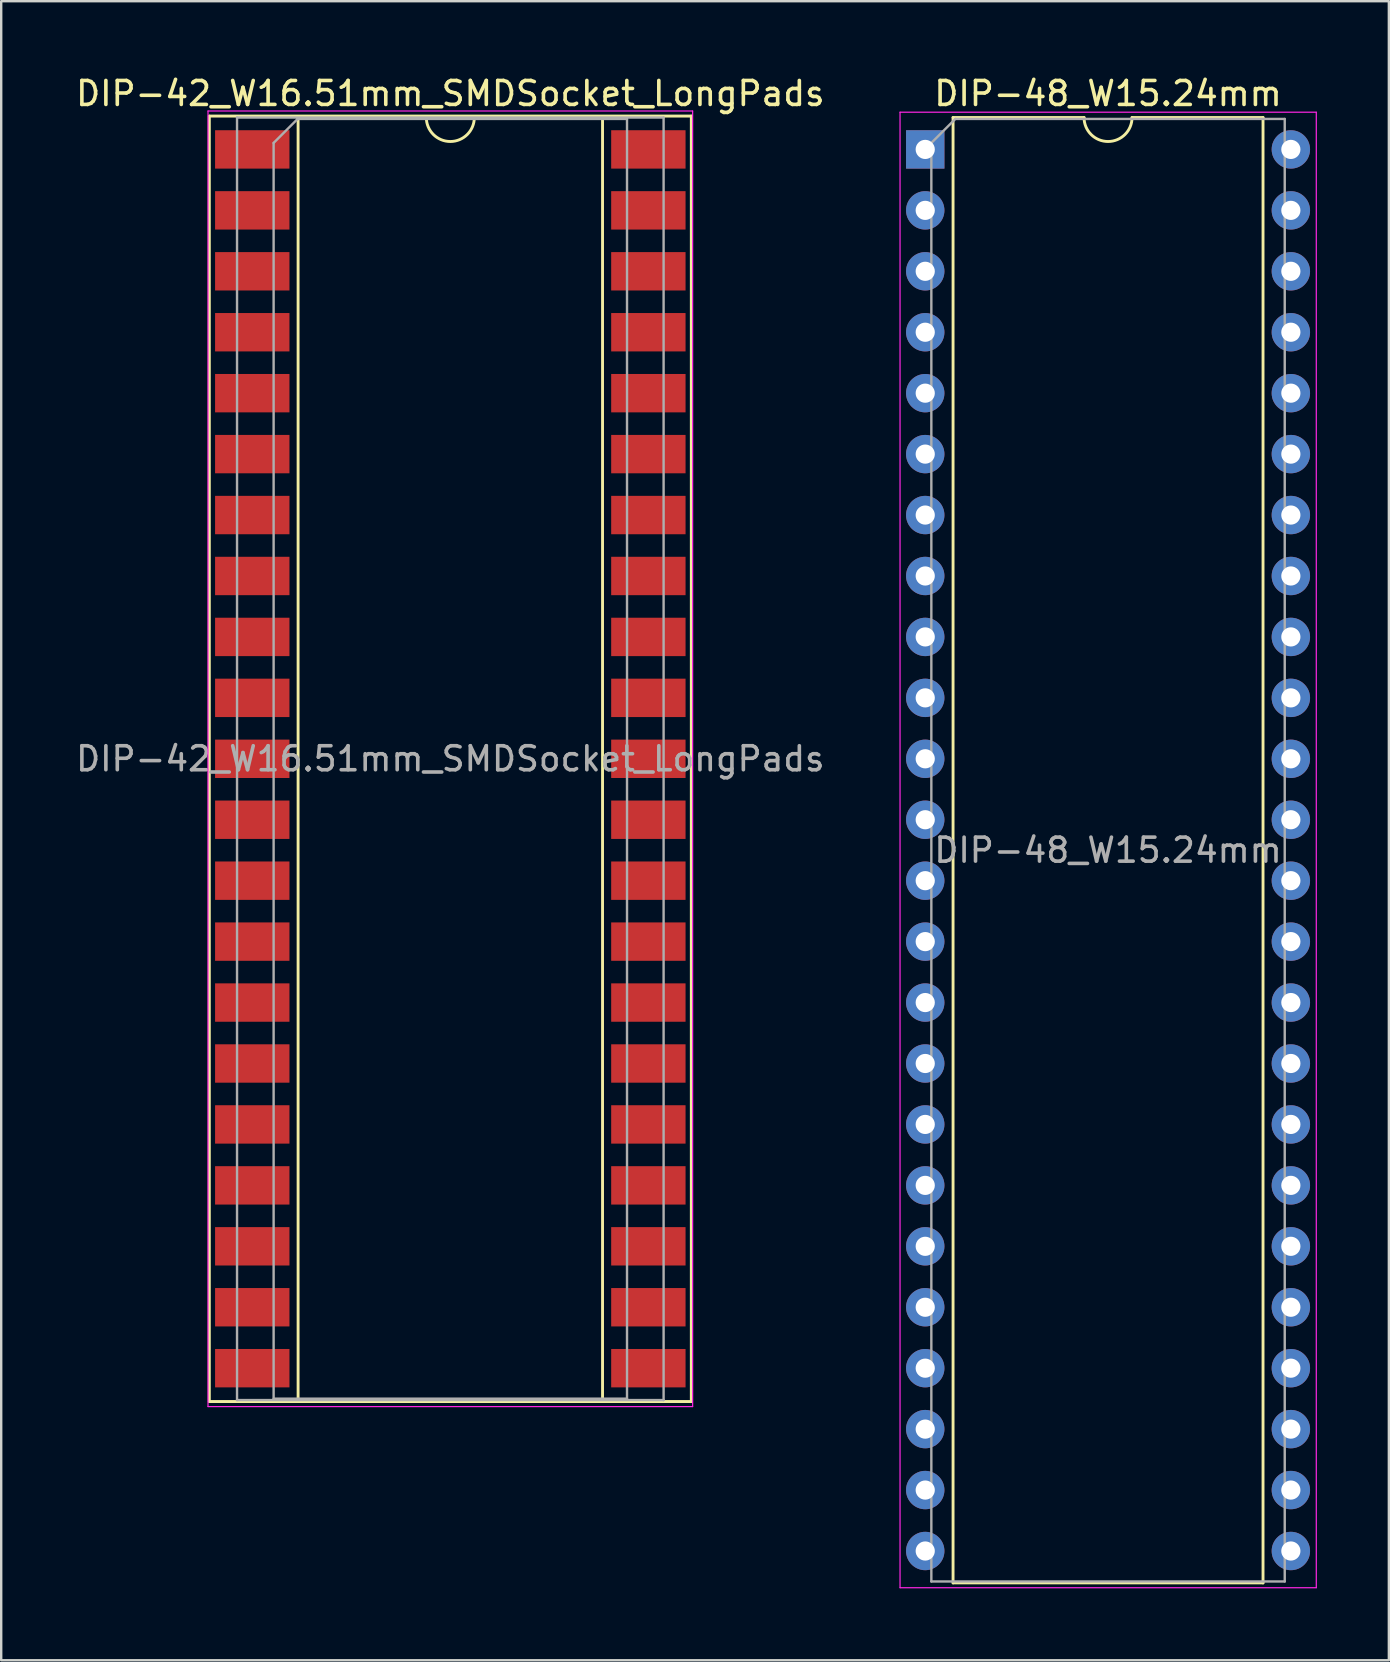
<source format=kicad_pcb>
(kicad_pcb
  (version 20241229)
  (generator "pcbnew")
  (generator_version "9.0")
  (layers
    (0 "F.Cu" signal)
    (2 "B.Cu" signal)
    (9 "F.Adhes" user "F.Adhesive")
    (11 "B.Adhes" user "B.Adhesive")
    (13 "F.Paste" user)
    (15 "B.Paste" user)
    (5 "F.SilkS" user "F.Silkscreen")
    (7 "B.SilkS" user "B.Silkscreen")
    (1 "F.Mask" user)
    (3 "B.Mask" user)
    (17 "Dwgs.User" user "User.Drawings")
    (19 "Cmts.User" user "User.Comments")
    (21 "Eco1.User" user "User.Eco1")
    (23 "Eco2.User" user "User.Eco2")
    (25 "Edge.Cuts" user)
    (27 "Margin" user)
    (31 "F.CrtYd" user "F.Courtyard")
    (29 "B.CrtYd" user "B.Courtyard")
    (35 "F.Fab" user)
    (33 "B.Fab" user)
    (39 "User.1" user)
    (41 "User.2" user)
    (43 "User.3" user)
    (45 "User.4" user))
  (footprint "DIP-42_W16.51mm_SMDSocket_LongPads"
    (layer "F.Cu")
    (at 15.72 28.578)
    (property "Reference" "DIP-42_W16.51mm_SMDSocket_LongPads" (at 0 -27.73 0) (layer "F.SilkS") (effects (font (size 1 1) (thickness 0.15))))
    (attr smd)
    (fp_line (start -10.045 -26.79) (end -10.045 26.79) (stroke (width 0.12) (type solid)) (layer "F.SilkS"))
    (fp_line (start -10.045 26.79) (end 10.045 26.79) (stroke (width 0.12) (type solid)) (layer "F.SilkS"))
    (fp_line (start -6.345 -26.73) (end -6.345 26.73) (stroke (width 0.12) (type solid)) (layer "F.SilkS"))
    (fp_line (start -6.345 26.73) (end 6.345 26.73) (stroke (width 0.12) (type solid)) (layer "F.SilkS"))
    (fp_line (start -1 -26.73) (end -6.345 -26.73) (stroke (width 0.12) (type solid)) (layer "F.SilkS"))
    (fp_line (start 6.345 -26.73) (end 1 -26.73) (stroke (width 0.12) (type solid)) (layer "F.SilkS"))
    (fp_line (start 6.345 26.73) (end 6.345 -26.73) (stroke (width 0.12) (type solid)) (layer "F.SilkS"))
    (fp_line (start 10.045 -26.79) (end -10.045 -26.79) (stroke (width 0.12) (type solid)) (layer "F.SilkS"))
    (fp_line (start 10.045 26.79) (end 10.045 -26.79) (stroke (width 0.12) (type solid)) (layer "F.SilkS"))
    (fp_arc (start 1 -26.73) (mid 0 -25.73) (end -1 -26.73) (stroke (width 0.12) (type solid)) (layer "F.SilkS"))
    (fp_line (start -10.1 -27) (end -10.1 27) (stroke (width 0.05) (type solid)) (layer "F.CrtYd"))
    (fp_line (start -10.1 27) (end 10.1 27) (stroke (width 0.05) (type solid)) (layer "F.CrtYd"))
    (fp_line (start 10.1 -27) (end -10.1 -27) (stroke (width 0.05) (type solid)) (layer "F.CrtYd"))
    (fp_line (start 10.1 27) (end 10.1 -27) (stroke (width 0.05) (type solid)) (layer "F.CrtYd"))
    (fp_line (start -8.89 -26.73) (end -8.89 26.73) (stroke (width 0.1) (type solid)) (layer "F.Fab"))
    (fp_line (start -8.89 26.73) (end 8.89 26.73) (stroke (width 0.1) (type solid)) (layer "F.Fab"))
    (fp_line (start -7.365 -25.67) (end -6.365 -26.67) (stroke (width 0.1) (type solid)) (layer "F.Fab"))
    (fp_line (start -7.365 26.67) (end -7.365 -25.67) (stroke (width 0.1) (type solid)) (layer "F.Fab"))
    (fp_line (start -6.365 -26.67) (end 7.365 -26.67) (stroke (width 0.1) (type solid)) (layer "F.Fab"))
    (fp_line (start 7.365 -26.67) (end 7.365 26.67) (stroke (width 0.1) (type solid)) (layer "F.Fab"))
    (fp_line (start 7.365 26.67) (end -7.365 26.67) (stroke (width 0.1) (type solid)) (layer "F.Fab"))
    (fp_line (start 8.89 -26.73) (end -8.89 -26.73) (stroke (width 0.1) (type solid)) (layer "F.Fab"))
    (fp_line (start 8.89 26.73) (end 8.89 -26.73) (stroke (width 0.1) (type solid)) (layer "F.Fab"))
    (fp_text user "${REFERENCE}" (at 0 0 0) (layer "F.Fab") (effects (font (size 1 1) (thickness 0.15))))
    (pad "1" smd rect (at -8.255 -25.4) (size 3.1 1.6) (layers "F.Cu" "F.Mask" "F.Paste"))
    (pad "2" smd rect (at -8.255 -22.86) (size 3.1 1.6) (layers "F.Cu" "F.Mask" "F.Paste"))
    (pad "3" smd rect (at -8.255 -20.32) (size 3.1 1.6) (layers "F.Cu" "F.Mask" "F.Paste"))
    (pad "4" smd rect (at -8.255 -17.78) (size 3.1 1.6) (layers "F.Cu" "F.Mask" "F.Paste"))
    (pad "5" smd rect (at -8.255 -15.24) (size 3.1 1.6) (layers "F.Cu" "F.Mask" "F.Paste"))
    (pad "6" smd rect (at -8.255 -12.7) (size 3.1 1.6) (layers "F.Cu" "F.Mask" "F.Paste"))
    (pad "7" smd rect (at -8.255 -10.16) (size 3.1 1.6) (layers "F.Cu" "F.Mask" "F.Paste"))
    (pad "8" smd rect (at -8.255 -7.62) (size 3.1 1.6) (layers "F.Cu" "F.Mask" "F.Paste"))
    (pad "9" smd rect (at -8.255 -5.08) (size 3.1 1.6) (layers "F.Cu" "F.Mask" "F.Paste"))
    (pad "10" smd rect (at -8.255 -2.54) (size 3.1 1.6) (layers "F.Cu" "F.Mask" "F.Paste"))
    (pad "11" smd rect (at -8.255 0) (size 3.1 1.6) (layers "F.Cu" "F.Mask" "F.Paste"))
    (pad "12" smd rect (at -8.255 2.54) (size 3.1 1.6) (layers "F.Cu" "F.Mask" "F.Paste"))
    (pad "13" smd rect (at -8.255 5.08) (size 3.1 1.6) (layers "F.Cu" "F.Mask" "F.Paste"))
    (pad "14" smd rect (at -8.255 7.62) (size 3.1 1.6) (layers "F.Cu" "F.Mask" "F.Paste"))
    (pad "15" smd rect (at -8.255 10.16) (size 3.1 1.6) (layers "F.Cu" "F.Mask" "F.Paste"))
    (pad "16" smd rect (at -8.255 12.7) (size 3.1 1.6) (layers "F.Cu" "F.Mask" "F.Paste"))
    (pad "17" smd rect (at -8.255 15.24) (size 3.1 1.6) (layers "F.Cu" "F.Mask" "F.Paste"))
    (pad "18" smd rect (at -8.255 17.78) (size 3.1 1.6) (layers "F.Cu" "F.Mask" "F.Paste"))
    (pad "19" smd rect (at -8.255 20.32) (size 3.1 1.6) (layers "F.Cu" "F.Mask" "F.Paste"))
    (pad "20" smd rect (at -8.255 22.86) (size 3.1 1.6) (layers "F.Cu" "F.Mask" "F.Paste"))
    (pad "21" smd rect (at -8.255 25.4) (size 3.1 1.6) (layers "F.Cu" "F.Mask" "F.Paste"))
    (pad "22" smd rect (at 8.255 25.4) (size 3.1 1.6) (layers "F.Cu" "F.Mask" "F.Paste"))
    (pad "23" smd rect (at 8.255 22.86) (size 3.1 1.6) (layers "F.Cu" "F.Mask" "F.Paste"))
    (pad "24" smd rect (at 8.255 20.32) (size 3.1 1.6) (layers "F.Cu" "F.Mask" "F.Paste"))
    (pad "25" smd rect (at 8.255 17.78) (size 3.1 1.6) (layers "F.Cu" "F.Mask" "F.Paste"))
    (pad "26" smd rect (at 8.255 15.24) (size 3.1 1.6) (layers "F.Cu" "F.Mask" "F.Paste"))
    (pad "27" smd rect (at 8.255 12.7) (size 3.1 1.6) (layers "F.Cu" "F.Mask" "F.Paste"))
    (pad "28" smd rect (at 8.255 10.16) (size 3.1 1.6) (layers "F.Cu" "F.Mask" "F.Paste"))
    (pad "29" smd rect (at 8.255 7.62) (size 3.1 1.6) (layers "F.Cu" "F.Mask" "F.Paste"))
    (pad "30" smd rect (at 8.255 5.08) (size 3.1 1.6) (layers "F.Cu" "F.Mask" "F.Paste"))
    (pad "31" smd rect (at 8.255 2.54) (size 3.1 1.6) (layers "F.Cu" "F.Mask" "F.Paste"))
    (pad "32" smd rect (at 8.255 0) (size 3.1 1.6) (layers "F.Cu" "F.Mask" "F.Paste"))
    (pad "33" smd rect (at 8.255 -2.54) (size 3.1 1.6) (layers "F.Cu" "F.Mask" "F.Paste"))
    (pad "34" smd rect (at 8.255 -5.08) (size 3.1 1.6) (layers "F.Cu" "F.Mask" "F.Paste"))
    (pad "35" smd rect (at 8.255 -7.62) (size 3.1 1.6) (layers "F.Cu" "F.Mask" "F.Paste"))
    (pad "36" smd rect (at 8.255 -10.16) (size 3.1 1.6) (layers "F.Cu" "F.Mask" "F.Paste"))
    (pad "37" smd rect (at 8.255 -12.7) (size 3.1 1.6) (layers "F.Cu" "F.Mask" "F.Paste"))
    (pad "38" smd rect (at 8.255 -15.24) (size 3.1 1.6) (layers "F.Cu" "F.Mask" "F.Paste"))
    (pad "39" smd rect (at 8.255 -17.78) (size 3.1 1.6) (layers "F.Cu" "F.Mask" "F.Paste"))
    (pad "40" smd rect (at 8.255 -20.32) (size 3.1 1.6) (layers "F.Cu" "F.Mask" "F.Paste"))
    (pad "41" smd rect (at 8.255 -22.86) (size 3.1 1.6) (layers "F.Cu" "F.Mask" "F.Paste"))
    (pad "42" smd rect (at 8.255 -25.4) (size 3.1 1.6) (layers "F.Cu" "F.Mask" "F.Paste")))
  (footprint "DIP-48_W15.24mm"
    (layer "F.Cu")
    (at 35.515 3.178)
    (property "Reference" "DIP-48_W15.24mm" (at 7.62 -2.33 0) (layer "F.SilkS") (effects (font (size 1 1) (thickness 0.15))))
    (attr through_hole)
    (fp_line (start 1.16 -1.33) (end 1.16 59.75) (stroke (width 0.12) (type solid)) (layer "F.SilkS"))
    (fp_line (start 1.16 59.75) (end 14.08 59.75) (stroke (width 0.12) (type solid)) (layer "F.SilkS"))
    (fp_line (start 6.62 -1.33) (end 1.16 -1.33) (stroke (width 0.12) (type solid)) (layer "F.SilkS"))
    (fp_line (start 14.08 -1.33) (end 8.62 -1.33) (stroke (width 0.12) (type solid)) (layer "F.SilkS"))
    (fp_line (start 14.08 59.75) (end 14.08 -1.33) (stroke (width 0.12) (type solid)) (layer "F.SilkS"))
    (fp_arc (start 8.62 -1.33) (mid 7.62 -0.33) (end 6.62 -1.33) (stroke (width 0.12) (type solid)) (layer "F.SilkS"))
    (fp_line (start -1.05 -1.55) (end -1.05 59.95) (stroke (width 0.05) (type solid)) (layer "F.CrtYd"))
    (fp_line (start -1.05 59.95) (end 16.3 59.95) (stroke (width 0.05) (type solid)) (layer "F.CrtYd"))
    (fp_line (start 16.3 -1.55) (end -1.05 -1.55) (stroke (width 0.05) (type solid)) (layer "F.CrtYd"))
    (fp_line (start 16.3 59.95) (end 16.3 -1.55) (stroke (width 0.05) (type solid)) (layer "F.CrtYd"))
    (fp_line (start 0.255 -0.27) (end 1.255 -1.27) (stroke (width 0.1) (type solid)) (layer "F.Fab"))
    (fp_line (start 0.255 59.69) (end 0.255 -0.27) (stroke (width 0.1) (type solid)) (layer "F.Fab"))
    (fp_line (start 1.255 -1.27) (end 14.985 -1.27) (stroke (width 0.1) (type solid)) (layer "F.Fab"))
    (fp_line (start 14.985 -1.27) (end 14.985 59.69) (stroke (width 0.1) (type solid)) (layer "F.Fab"))
    (fp_line (start 14.985 59.69) (end 0.255 59.69) (stroke (width 0.1) (type solid)) (layer "F.Fab"))
    (fp_text user "${REFERENCE}" (at 7.62 29.21 0) (layer "F.Fab") (effects (font (size 1 1) (thickness 0.15))))
    (pad "1" thru_hole rect (at 0 0) (size 1.6 1.6) (drill 0.8) (layers "*.Cu" "*.Mask"))
    (pad "2" thru_hole oval (at 0 2.54) (size 1.6 1.6) (drill 0.8) (layers "*.Cu" "*.Mask"))
    (pad "3" thru_hole oval (at 0 5.08) (size 1.6 1.6) (drill 0.8) (layers "*.Cu" "*.Mask"))
    (pad "4" thru_hole oval (at 0 7.62) (size 1.6 1.6) (drill 0.8) (layers "*.Cu" "*.Mask"))
    (pad "5" thru_hole oval (at 0 10.16) (size 1.6 1.6) (drill 0.8) (layers "*.Cu" "*.Mask"))
    (pad "6" thru_hole oval (at 0 12.7) (size 1.6 1.6) (drill 0.8) (layers "*.Cu" "*.Mask"))
    (pad "7" thru_hole oval (at 0 15.24) (size 1.6 1.6) (drill 0.8) (layers "*.Cu" "*.Mask"))
    (pad "8" thru_hole oval (at 0 17.78) (size 1.6 1.6) (drill 0.8) (layers "*.Cu" "*.Mask"))
    (pad "9" thru_hole oval (at 0 20.32) (size 1.6 1.6) (drill 0.8) (layers "*.Cu" "*.Mask"))
    (pad "10" thru_hole oval (at 0 22.86) (size 1.6 1.6) (drill 0.8) (layers "*.Cu" "*.Mask"))
    (pad "11" thru_hole oval (at 0 25.4) (size 1.6 1.6) (drill 0.8) (layers "*.Cu" "*.Mask"))
    (pad "12" thru_hole oval (at 0 27.94) (size 1.6 1.6) (drill 0.8) (layers "*.Cu" "*.Mask"))
    (pad "13" thru_hole oval (at 0 30.48) (size 1.6 1.6) (drill 0.8) (layers "*.Cu" "*.Mask"))
    (pad "14" thru_hole oval (at 0 33.02) (size 1.6 1.6) (drill 0.8) (layers "*.Cu" "*.Mask"))
    (pad "15" thru_hole oval (at 0 35.56) (size 1.6 1.6) (drill 0.8) (layers "*.Cu" "*.Mask"))
    (pad "16" thru_hole oval (at 0 38.1) (size 1.6 1.6) (drill 0.8) (layers "*.Cu" "*.Mask"))
    (pad "17" thru_hole oval (at 0 40.64) (size 1.6 1.6) (drill 0.8) (layers "*.Cu" "*.Mask"))
    (pad "18" thru_hole oval (at 0 43.18) (size 1.6 1.6) (drill 0.8) (layers "*.Cu" "*.Mask"))
    (pad "19" thru_hole oval (at 0 45.72) (size 1.6 1.6) (drill 0.8) (layers "*.Cu" "*.Mask"))
    (pad "20" thru_hole oval (at 0 48.26) (size 1.6 1.6) (drill 0.8) (layers "*.Cu" "*.Mask"))
    (pad "21" thru_hole oval (at 0 50.8) (size 1.6 1.6) (drill 0.8) (layers "*.Cu" "*.Mask"))
    (pad "22" thru_hole oval (at 0 53.34) (size 1.6 1.6) (drill 0.8) (layers "*.Cu" "*.Mask"))
    (pad "23" thru_hole oval (at 0 55.88) (size 1.6 1.6) (drill 0.8) (layers "*.Cu" "*.Mask"))
    (pad "24" thru_hole oval (at 0 58.42) (size 1.6 1.6) (drill 0.8) (layers "*.Cu" "*.Mask"))
    (pad "25" thru_hole oval (at 15.24 58.42) (size 1.6 1.6) (drill 0.8) (layers "*.Cu" "*.Mask"))
    (pad "26" thru_hole oval (at 15.24 55.88) (size 1.6 1.6) (drill 0.8) (layers "*.Cu" "*.Mask"))
    (pad "27" thru_hole oval (at 15.24 53.34) (size 1.6 1.6) (drill 0.8) (layers "*.Cu" "*.Mask"))
    (pad "28" thru_hole oval (at 15.24 50.8) (size 1.6 1.6) (drill 0.8) (layers "*.Cu" "*.Mask"))
    (pad "29" thru_hole oval (at 15.24 48.26) (size 1.6 1.6) (drill 0.8) (layers "*.Cu" "*.Mask"))
    (pad "30" thru_hole oval (at 15.24 45.72) (size 1.6 1.6) (drill 0.8) (layers "*.Cu" "*.Mask"))
    (pad "31" thru_hole oval (at 15.24 43.18) (size 1.6 1.6) (drill 0.8) (layers "*.Cu" "*.Mask"))
    (pad "32" thru_hole oval (at 15.24 40.64) (size 1.6 1.6) (drill 0.8) (layers "*.Cu" "*.Mask"))
    (pad "33" thru_hole oval (at 15.24 38.1) (size 1.6 1.6) (drill 0.8) (layers "*.Cu" "*.Mask"))
    (pad "34" thru_hole oval (at 15.24 35.56) (size 1.6 1.6) (drill 0.8) (layers "*.Cu" "*.Mask"))
    (pad "35" thru_hole oval (at 15.24 33.02) (size 1.6 1.6) (drill 0.8) (layers "*.Cu" "*.Mask"))
    (pad "36" thru_hole oval (at 15.24 30.48) (size 1.6 1.6) (drill 0.8) (layers "*.Cu" "*.Mask"))
    (pad "37" thru_hole oval (at 15.24 27.94) (size 1.6 1.6) (drill 0.8) (layers "*.Cu" "*.Mask"))
    (pad "38" thru_hole oval (at 15.24 25.4) (size 1.6 1.6) (drill 0.8) (layers "*.Cu" "*.Mask"))
    (pad "39" thru_hole oval (at 15.24 22.86) (size 1.6 1.6) (drill 0.8) (layers "*.Cu" "*.Mask"))
    (pad "40" thru_hole oval (at 15.24 20.32) (size 1.6 1.6) (drill 0.8) (layers "*.Cu" "*.Mask"))
    (pad "41" thru_hole oval (at 15.24 17.78) (size 1.6 1.6) (drill 0.8) (layers "*.Cu" "*.Mask"))
    (pad "42" thru_hole oval (at 15.24 15.24) (size 1.6 1.6) (drill 0.8) (layers "*.Cu" "*.Mask"))
    (pad "43" thru_hole oval (at 15.24 12.7) (size 1.6 1.6) (drill 0.8) (layers "*.Cu" "*.Mask"))
    (pad "44" thru_hole oval (at 15.24 10.16) (size 1.6 1.6) (drill 0.8) (layers "*.Cu" "*.Mask"))
    (pad "45" thru_hole oval (at 15.24 7.62) (size 1.6 1.6) (drill 0.8) (layers "*.Cu" "*.Mask"))
    (pad "46" thru_hole oval (at 15.24 5.08) (size 1.6 1.6) (drill 0.8) (layers "*.Cu" "*.Mask"))
    (pad "47" thru_hole oval (at 15.24 2.54) (size 1.6 1.6) (drill 0.8) (layers "*.Cu" "*.Mask"))
    (pad "48" thru_hole oval (at 15.24 0) (size 1.6 1.6) (drill 0.8) (layers "*.Cu" "*.Mask")))
  (gr_rect
    (start -3 -3)
    (end 54.84 66.153)
    (stroke (width 0.1) (type default))
    (fill no)
    (layer "Edge.Cuts")))
</source>
